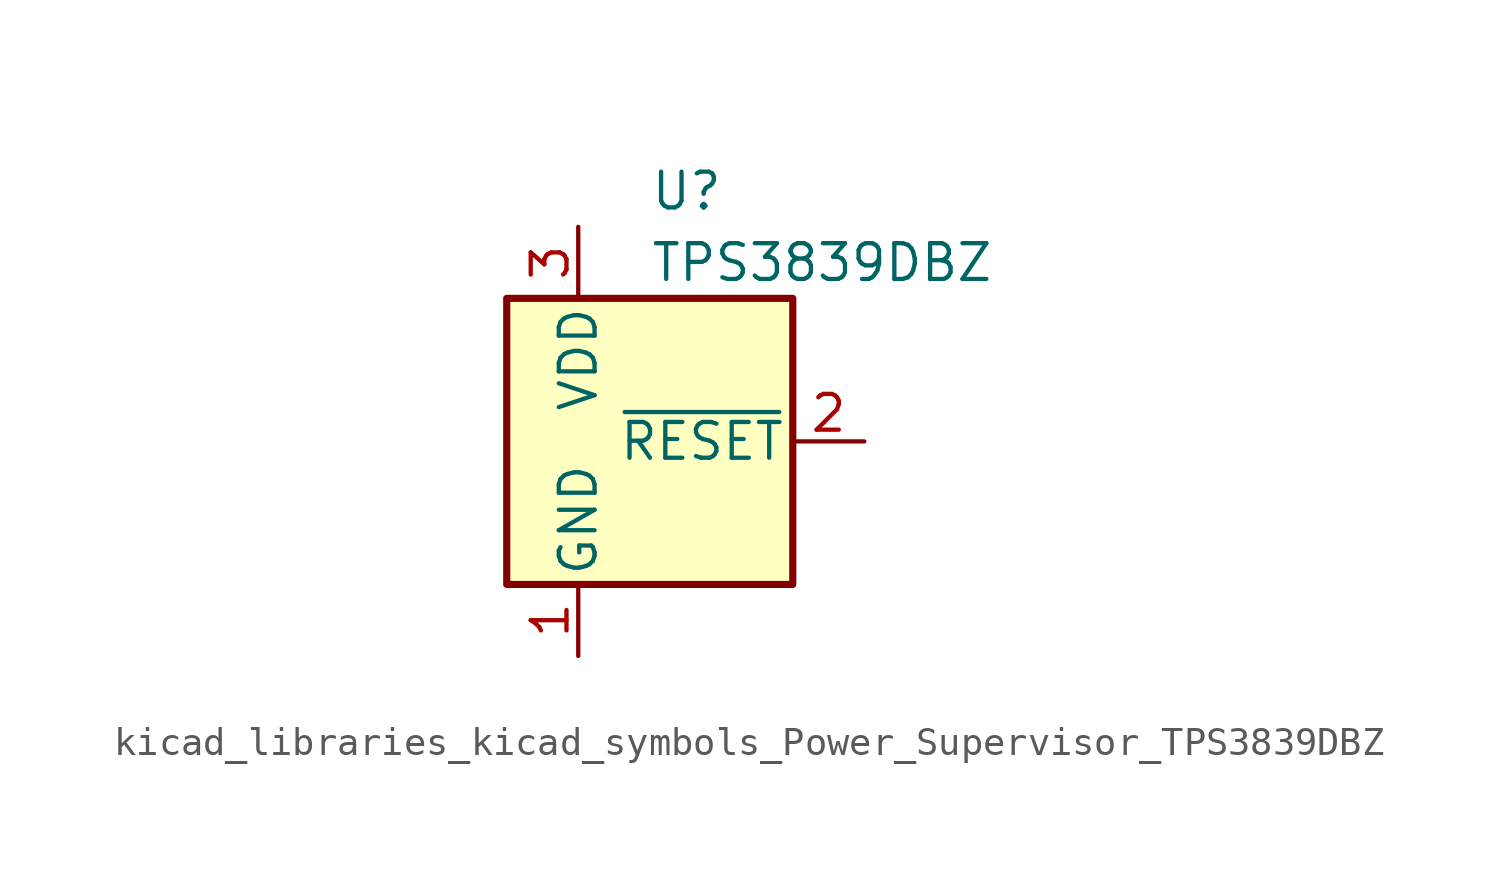
<source format=kicad_sym>
(kicad_symbol_lib
  (version 20220914)
  (generator kicad_symbol_editor)
  (symbol "kicad_libraries_kicad_symbols_Power_Supervisor_TPS3839DBZ"
    (pin_names
      (offset 0.254))
    (property "Reference" "U"
      (at 2.54 8.89 0)
      (effects (font (size 1.27 1.27)) (justify left)))
    (property "Value" "TPS3839DBZ"
      (at 2.54 6.35 0)
      (effects (font (size 1.27 1.27)) (justify left)))
    (symbol "kicad_libraries_kicad_symbols_Power_Supervisor_TPS3839DBZ_0_1"
      (rectangle (start -2.54 5.08) (end 7.62 -5.08) (stroke (width 0.254) (type default)) (fill (type background))))
    (symbol "kicad_libraries_kicad_symbols_Power_Supervisor_TPS3839DBZ_1_1"
      (pin power_in line (at 0 -7.62 90) (length 2.54) (name "GND" (effects (font (size 1.27 1.27)))) (number "1" (effects (font (size 1.27 1.27)))))
      (pin output line (at 10.16 0 180) (length 2.54) (name "~{RESET}" (effects (font (size 1.27 1.27)))) (number "2" (effects (font (size 1.27 1.27)))))
      (pin power_in line (at 0 7.62 270) (length 2.54) (name "VDD" (effects (font (size 1.27 1.27)))) (number "3" (effects (font (size 1.27 1.27))))))))
</source>
